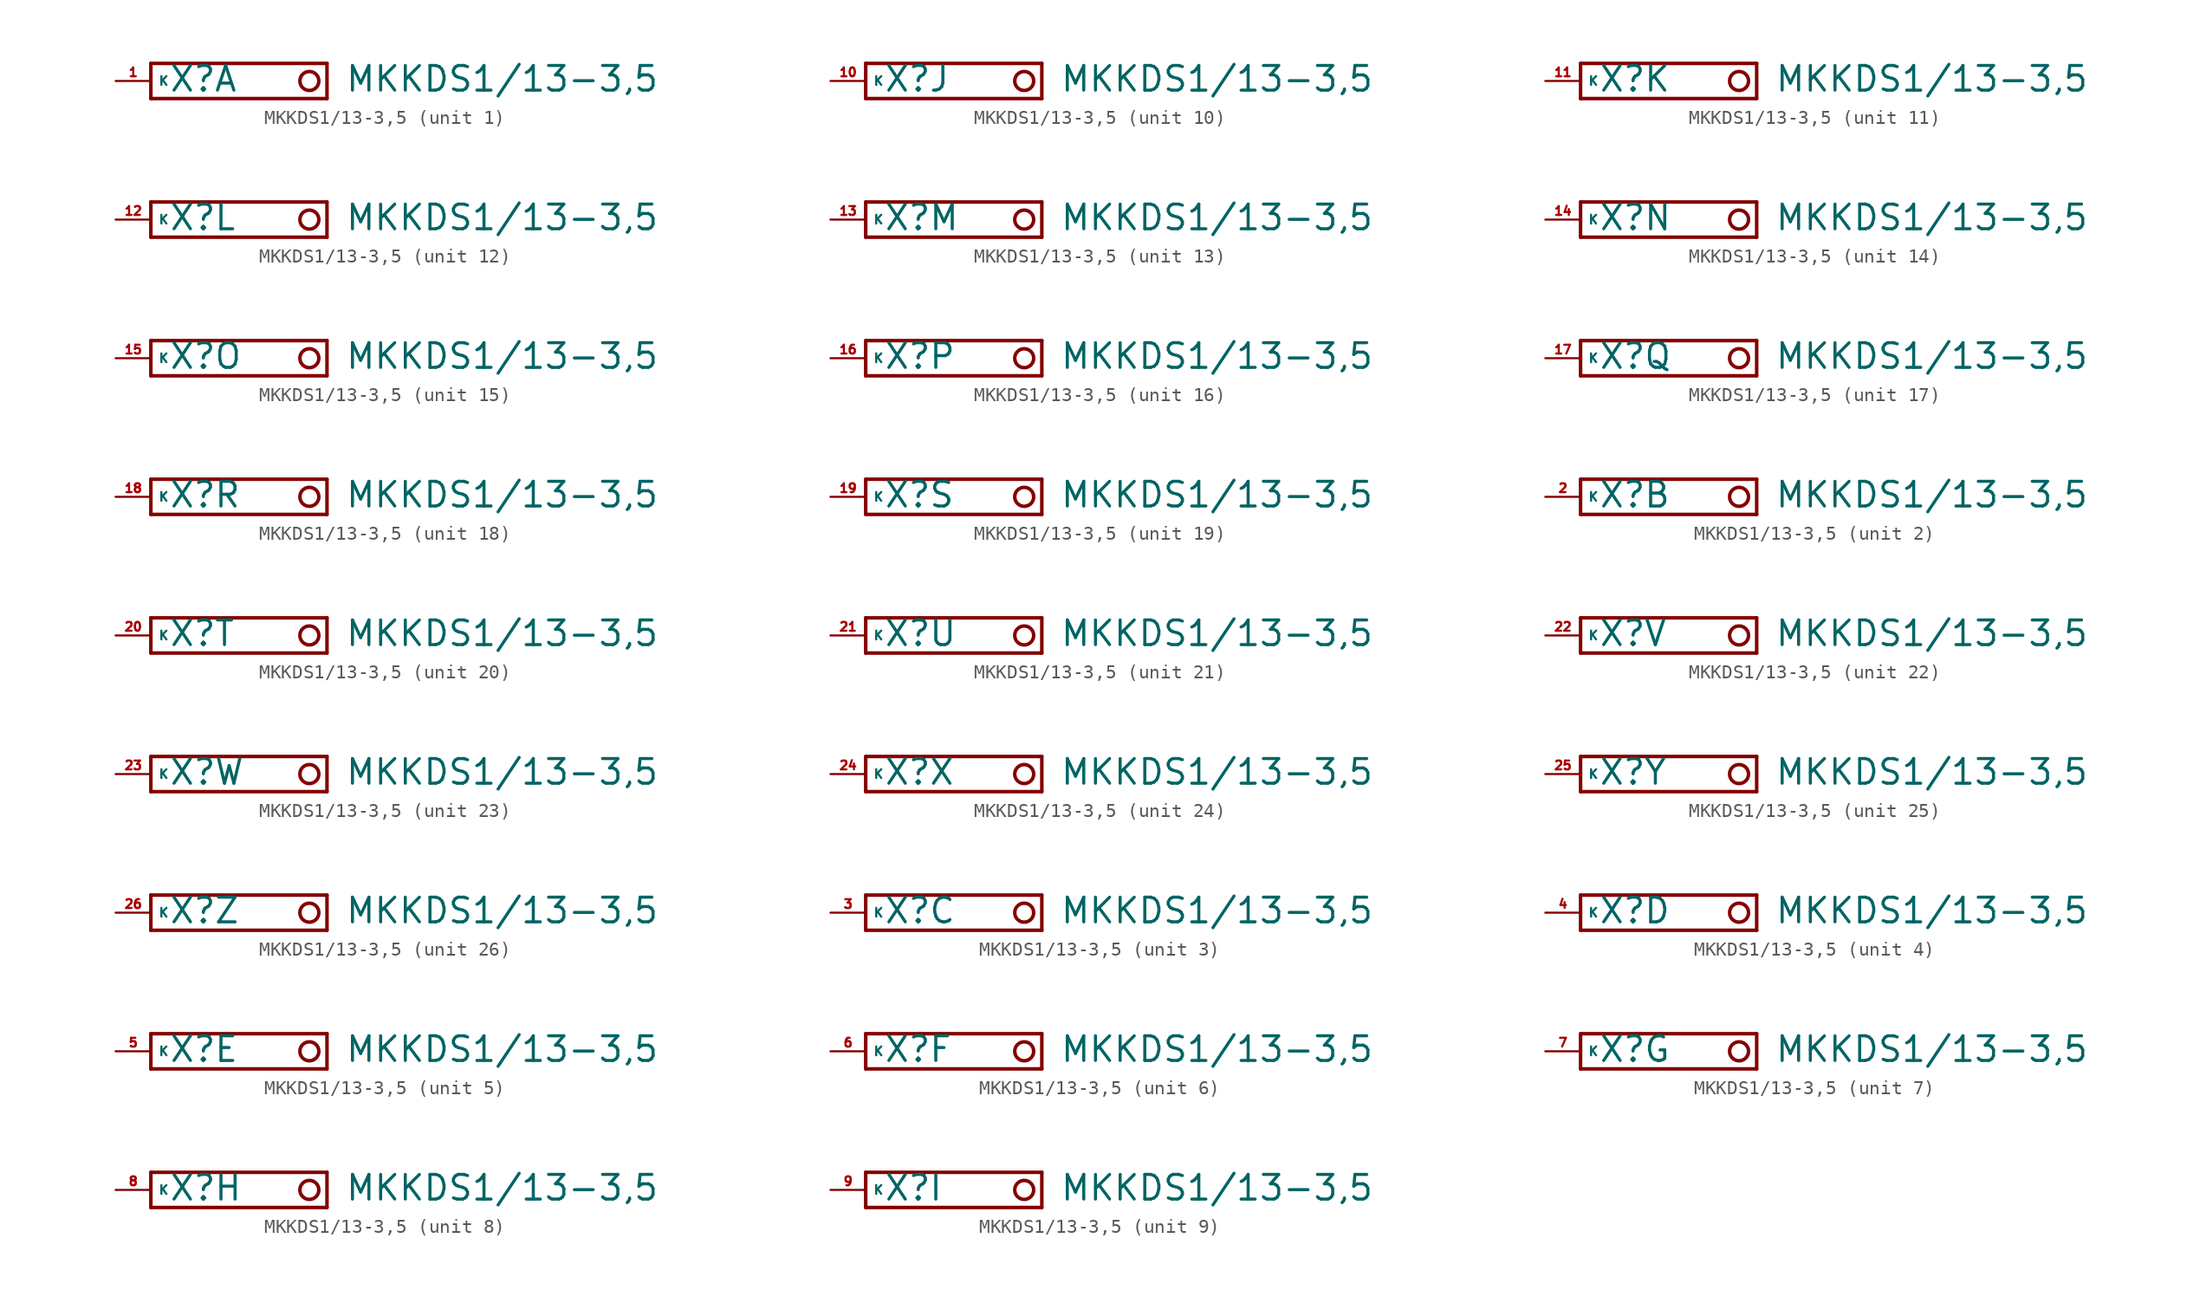
<source format=kicad_sym>
(kicad_symbol_lib
  (version 20220914)
  (generator Eagle2Kicad)
  (symbol "MKKDS1/13-3,5"
    (property "Reference" "X"
      (at 1.27 -0.889 0)
      (effects (font (size 1.778 1.778) (thickness 0.22)) (justify left bottom)))
    (property "Value" "MKKDS1/13-3,5"
      (at 13.97 -0.889 0)
      (effects (font (size 1.778 1.778) (thickness 0.22)) (justify left bottom)))
    (symbol "MKKDS1/13-3,5_1_0"
      (polyline (pts (xy 0 -1.27) (xy 0 1.27)) (stroke (width 0.254) (type default)) (fill (type none)))
      (polyline (pts (xy 12.7 -1.27) (xy 0 -1.27)) (stroke (width 0.254) (type default)) (fill (type none)))
      (polyline (pts (xy 12.7 -1.27) (xy 12.7 1.27)) (stroke (width 0.254) (type default)) (fill (type none)))
      (polyline (pts (xy 0 1.27) (xy 12.7 1.27)) (stroke (width 0.254) (type default)) (fill (type none)))
      (circle (center 11.43 0) (radius 0.684) (stroke (width 0.254) (type default)) (fill (type none)))
      (pin passive line (at -2.54 0 0) (length 2.54) (name "K" (effects (font (size 0.635 0.635) (thickness 0.08)) (justify left bottom))) (number "1" (effects (font (size 0.635 0.635) (thickness 0.08)) (justify left bottom)))))
    (symbol "MKKDS1/13-3,5_2_0"
      (polyline (pts (xy 0 -1.27) (xy 0 1.27)) (stroke (width 0.254) (type default)) (fill (type none)))
      (polyline (pts (xy 12.7 -1.27) (xy 0 -1.27)) (stroke (width 0.254) (type default)) (fill (type none)))
      (polyline (pts (xy 12.7 -1.27) (xy 12.7 1.27)) (stroke (width 0.254) (type default)) (fill (type none)))
      (polyline (pts (xy 0 1.27) (xy 12.7 1.27)) (stroke (width 0.254) (type default)) (fill (type none)))
      (circle (center 11.43 0) (radius 0.684) (stroke (width 0.254) (type default)) (fill (type none)))
      (pin passive line (at -2.54 0 0) (length 2.54) (name "K" (effects (font (size 0.635 0.635) (thickness 0.08)) (justify left bottom))) (number "2" (effects (font (size 0.635 0.635) (thickness 0.08)) (justify left bottom)))))
    (symbol "MKKDS1/13-3,5_3_0"
      (polyline (pts (xy 0 -1.27) (xy 0 1.27)) (stroke (width 0.254) (type default)) (fill (type none)))
      (polyline (pts (xy 12.7 -1.27) (xy 0 -1.27)) (stroke (width 0.254) (type default)) (fill (type none)))
      (polyline (pts (xy 12.7 -1.27) (xy 12.7 1.27)) (stroke (width 0.254) (type default)) (fill (type none)))
      (polyline (pts (xy 0 1.27) (xy 12.7 1.27)) (stroke (width 0.254) (type default)) (fill (type none)))
      (circle (center 11.43 0) (radius 0.684) (stroke (width 0.254) (type default)) (fill (type none)))
      (pin passive line (at -2.54 0 0) (length 2.54) (name "K" (effects (font (size 0.635 0.635) (thickness 0.08)) (justify left bottom))) (number "3" (effects (font (size 0.635 0.635) (thickness 0.08)) (justify left bottom)))))
    (symbol "MKKDS1/13-3,5_4_0"
      (polyline (pts (xy 0 -1.27) (xy 0 1.27)) (stroke (width 0.254) (type default)) (fill (type none)))
      (polyline (pts (xy 12.7 -1.27) (xy 0 -1.27)) (stroke (width 0.254) (type default)) (fill (type none)))
      (polyline (pts (xy 12.7 -1.27) (xy 12.7 1.27)) (stroke (width 0.254) (type default)) (fill (type none)))
      (polyline (pts (xy 0 1.27) (xy 12.7 1.27)) (stroke (width 0.254) (type default)) (fill (type none)))
      (circle (center 11.43 0) (radius 0.684) (stroke (width 0.254) (type default)) (fill (type none)))
      (pin passive line (at -2.54 0 0) (length 2.54) (name "K" (effects (font (size 0.635 0.635) (thickness 0.08)) (justify left bottom))) (number "4" (effects (font (size 0.635 0.635) (thickness 0.08)) (justify left bottom)))))
    (symbol "MKKDS1/13-3,5_5_0"
      (polyline (pts (xy 0 -1.27) (xy 0 1.27)) (stroke (width 0.254) (type default)) (fill (type none)))
      (polyline (pts (xy 12.7 -1.27) (xy 0 -1.27)) (stroke (width 0.254) (type default)) (fill (type none)))
      (polyline (pts (xy 12.7 -1.27) (xy 12.7 1.27)) (stroke (width 0.254) (type default)) (fill (type none)))
      (polyline (pts (xy 0 1.27) (xy 12.7 1.27)) (stroke (width 0.254) (type default)) (fill (type none)))
      (circle (center 11.43 0) (radius 0.684) (stroke (width 0.254) (type default)) (fill (type none)))
      (pin passive line (at -2.54 0 0) (length 2.54) (name "K" (effects (font (size 0.635 0.635) (thickness 0.08)) (justify left bottom))) (number "5" (effects (font (size 0.635 0.635) (thickness 0.08)) (justify left bottom)))))
    (symbol "MKKDS1/13-3,5_6_0"
      (polyline (pts (xy 0 -1.27) (xy 0 1.27)) (stroke (width 0.254) (type default)) (fill (type none)))
      (polyline (pts (xy 12.7 -1.27) (xy 0 -1.27)) (stroke (width 0.254) (type default)) (fill (type none)))
      (polyline (pts (xy 12.7 -1.27) (xy 12.7 1.27)) (stroke (width 0.254) (type default)) (fill (type none)))
      (polyline (pts (xy 0 1.27) (xy 12.7 1.27)) (stroke (width 0.254) (type default)) (fill (type none)))
      (circle (center 11.43 0) (radius 0.684) (stroke (width 0.254) (type default)) (fill (type none)))
      (pin passive line (at -2.54 0 0) (length 2.54) (name "K" (effects (font (size 0.635 0.635) (thickness 0.08)) (justify left bottom))) (number "6" (effects (font (size 0.635 0.635) (thickness 0.08)) (justify left bottom)))))
    (symbol "MKKDS1/13-3,5_7_0"
      (polyline (pts (xy 0 -1.27) (xy 0 1.27)) (stroke (width 0.254) (type default)) (fill (type none)))
      (polyline (pts (xy 12.7 -1.27) (xy 0 -1.27)) (stroke (width 0.254) (type default)) (fill (type none)))
      (polyline (pts (xy 12.7 -1.27) (xy 12.7 1.27)) (stroke (width 0.254) (type default)) (fill (type none)))
      (polyline (pts (xy 0 1.27) (xy 12.7 1.27)) (stroke (width 0.254) (type default)) (fill (type none)))
      (circle (center 11.43 0) (radius 0.684) (stroke (width 0.254) (type default)) (fill (type none)))
      (pin passive line (at -2.54 0 0) (length 2.54) (name "K" (effects (font (size 0.635 0.635) (thickness 0.08)) (justify left bottom))) (number "7" (effects (font (size 0.635 0.635) (thickness 0.08)) (justify left bottom)))))
    (symbol "MKKDS1/13-3,5_8_0"
      (polyline (pts (xy 0 -1.27) (xy 0 1.27)) (stroke (width 0.254) (type default)) (fill (type none)))
      (polyline (pts (xy 12.7 -1.27) (xy 0 -1.27)) (stroke (width 0.254) (type default)) (fill (type none)))
      (polyline (pts (xy 12.7 -1.27) (xy 12.7 1.27)) (stroke (width 0.254) (type default)) (fill (type none)))
      (polyline (pts (xy 0 1.27) (xy 12.7 1.27)) (stroke (width 0.254) (type default)) (fill (type none)))
      (circle (center 11.43 0) (radius 0.684) (stroke (width 0.254) (type default)) (fill (type none)))
      (pin passive line (at -2.54 0 0) (length 2.54) (name "K" (effects (font (size 0.635 0.635) (thickness 0.08)) (justify left bottom))) (number "8" (effects (font (size 0.635 0.635) (thickness 0.08)) (justify left bottom)))))
    (symbol "MKKDS1/13-3,5_9_0"
      (polyline (pts (xy 0 -1.27) (xy 0 1.27)) (stroke (width 0.254) (type default)) (fill (type none)))
      (polyline (pts (xy 12.7 -1.27) (xy 0 -1.27)) (stroke (width 0.254) (type default)) (fill (type none)))
      (polyline (pts (xy 12.7 -1.27) (xy 12.7 1.27)) (stroke (width 0.254) (type default)) (fill (type none)))
      (polyline (pts (xy 0 1.27) (xy 12.7 1.27)) (stroke (width 0.254) (type default)) (fill (type none)))
      (circle (center 11.43 0) (radius 0.684) (stroke (width 0.254) (type default)) (fill (type none)))
      (pin passive line (at -2.54 0 0) (length 2.54) (name "K" (effects (font (size 0.635 0.635) (thickness 0.08)) (justify left bottom))) (number "9" (effects (font (size 0.635 0.635) (thickness 0.08)) (justify left bottom)))))
    (symbol "MKKDS1/13-3,5_10_0"
      (polyline (pts (xy 0 -1.27) (xy 0 1.27)) (stroke (width 0.254) (type default)) (fill (type none)))
      (polyline (pts (xy 12.7 -1.27) (xy 0 -1.27)) (stroke (width 0.254) (type default)) (fill (type none)))
      (polyline (pts (xy 12.7 -1.27) (xy 12.7 1.27)) (stroke (width 0.254) (type default)) (fill (type none)))
      (polyline (pts (xy 0 1.27) (xy 12.7 1.27)) (stroke (width 0.254) (type default)) (fill (type none)))
      (circle (center 11.43 0) (radius 0.684) (stroke (width 0.254) (type default)) (fill (type none)))
      (pin passive line (at -2.54 0 0) (length 2.54) (name "K" (effects (font (size 0.635 0.635) (thickness 0.08)) (justify left bottom))) (number "10" (effects (font (size 0.635 0.635) (thickness 0.08)) (justify left bottom)))))
    (symbol "MKKDS1/13-3,5_11_0"
      (polyline (pts (xy 0 -1.27) (xy 0 1.27)) (stroke (width 0.254) (type default)) (fill (type none)))
      (polyline (pts (xy 12.7 -1.27) (xy 0 -1.27)) (stroke (width 0.254) (type default)) (fill (type none)))
      (polyline (pts (xy 12.7 -1.27) (xy 12.7 1.27)) (stroke (width 0.254) (type default)) (fill (type none)))
      (polyline (pts (xy 0 1.27) (xy 12.7 1.27)) (stroke (width 0.254) (type default)) (fill (type none)))
      (circle (center 11.43 0) (radius 0.684) (stroke (width 0.254) (type default)) (fill (type none)))
      (pin passive line (at -2.54 0 0) (length 2.54) (name "K" (effects (font (size 0.635 0.635) (thickness 0.08)) (justify left bottom))) (number "11" (effects (font (size 0.635 0.635) (thickness 0.08)) (justify left bottom)))))
    (symbol "MKKDS1/13-3,5_12_0"
      (polyline (pts (xy 0 -1.27) (xy 0 1.27)) (stroke (width 0.254) (type default)) (fill (type none)))
      (polyline (pts (xy 12.7 -1.27) (xy 0 -1.27)) (stroke (width 0.254) (type default)) (fill (type none)))
      (polyline (pts (xy 12.7 -1.27) (xy 12.7 1.27)) (stroke (width 0.254) (type default)) (fill (type none)))
      (polyline (pts (xy 0 1.27) (xy 12.7 1.27)) (stroke (width 0.254) (type default)) (fill (type none)))
      (circle (center 11.43 0) (radius 0.684) (stroke (width 0.254) (type default)) (fill (type none)))
      (pin passive line (at -2.54 0 0) (length 2.54) (name "K" (effects (font (size 0.635 0.635) (thickness 0.08)) (justify left bottom))) (number "12" (effects (font (size 0.635 0.635) (thickness 0.08)) (justify left bottom)))))
    (symbol "MKKDS1/13-3,5_13_0"
      (polyline (pts (xy 0 -1.27) (xy 0 1.27)) (stroke (width 0.254) (type default)) (fill (type none)))
      (polyline (pts (xy 12.7 -1.27) (xy 0 -1.27)) (stroke (width 0.254) (type default)) (fill (type none)))
      (polyline (pts (xy 12.7 -1.27) (xy 12.7 1.27)) (stroke (width 0.254) (type default)) (fill (type none)))
      (polyline (pts (xy 0 1.27) (xy 12.7 1.27)) (stroke (width 0.254) (type default)) (fill (type none)))
      (circle (center 11.43 0) (radius 0.684) (stroke (width 0.254) (type default)) (fill (type none)))
      (pin passive line (at -2.54 0 0) (length 2.54) (name "K" (effects (font (size 0.635 0.635) (thickness 0.08)) (justify left bottom))) (number "13" (effects (font (size 0.635 0.635) (thickness 0.08)) (justify left bottom)))))
    (symbol "MKKDS1/13-3,5_14_0"
      (polyline (pts (xy 0 -1.27) (xy 0 1.27)) (stroke (width 0.254) (type default)) (fill (type none)))
      (polyline (pts (xy 12.7 -1.27) (xy 0 -1.27)) (stroke (width 0.254) (type default)) (fill (type none)))
      (polyline (pts (xy 12.7 -1.27) (xy 12.7 1.27)) (stroke (width 0.254) (type default)) (fill (type none)))
      (polyline (pts (xy 0 1.27) (xy 12.7 1.27)) (stroke (width 0.254) (type default)) (fill (type none)))
      (circle (center 11.43 0) (radius 0.684) (stroke (width 0.254) (type default)) (fill (type none)))
      (pin passive line (at -2.54 0 0) (length 2.54) (name "K" (effects (font (size 0.635 0.635) (thickness 0.08)) (justify left bottom))) (number "14" (effects (font (size 0.635 0.635) (thickness 0.08)) (justify left bottom)))))
    (symbol "MKKDS1/13-3,5_15_0"
      (polyline (pts (xy 0 -1.27) (xy 0 1.27)) (stroke (width 0.254) (type default)) (fill (type none)))
      (polyline (pts (xy 12.7 -1.27) (xy 0 -1.27)) (stroke (width 0.254) (type default)) (fill (type none)))
      (polyline (pts (xy 12.7 -1.27) (xy 12.7 1.27)) (stroke (width 0.254) (type default)) (fill (type none)))
      (polyline (pts (xy 0 1.27) (xy 12.7 1.27)) (stroke (width 0.254) (type default)) (fill (type none)))
      (circle (center 11.43 0) (radius 0.684) (stroke (width 0.254) (type default)) (fill (type none)))
      (pin passive line (at -2.54 0 0) (length 2.54) (name "K" (effects (font (size 0.635 0.635) (thickness 0.08)) (justify left bottom))) (number "15" (effects (font (size 0.635 0.635) (thickness 0.08)) (justify left bottom)))))
    (symbol "MKKDS1/13-3,5_16_0"
      (polyline (pts (xy 0 -1.27) (xy 0 1.27)) (stroke (width 0.254) (type default)) (fill (type none)))
      (polyline (pts (xy 12.7 -1.27) (xy 0 -1.27)) (stroke (width 0.254) (type default)) (fill (type none)))
      (polyline (pts (xy 12.7 -1.27) (xy 12.7 1.27)) (stroke (width 0.254) (type default)) (fill (type none)))
      (polyline (pts (xy 0 1.27) (xy 12.7 1.27)) (stroke (width 0.254) (type default)) (fill (type none)))
      (circle (center 11.43 0) (radius 0.684) (stroke (width 0.254) (type default)) (fill (type none)))
      (pin passive line (at -2.54 0 0) (length 2.54) (name "K" (effects (font (size 0.635 0.635) (thickness 0.08)) (justify left bottom))) (number "16" (effects (font (size 0.635 0.635) (thickness 0.08)) (justify left bottom)))))
    (symbol "MKKDS1/13-3,5_17_0"
      (polyline (pts (xy 0 -1.27) (xy 0 1.27)) (stroke (width 0.254) (type default)) (fill (type none)))
      (polyline (pts (xy 12.7 -1.27) (xy 0 -1.27)) (stroke (width 0.254) (type default)) (fill (type none)))
      (polyline (pts (xy 12.7 -1.27) (xy 12.7 1.27)) (stroke (width 0.254) (type default)) (fill (type none)))
      (polyline (pts (xy 0 1.27) (xy 12.7 1.27)) (stroke (width 0.254) (type default)) (fill (type none)))
      (circle (center 11.43 0) (radius 0.684) (stroke (width 0.254) (type default)) (fill (type none)))
      (pin passive line (at -2.54 0 0) (length 2.54) (name "K" (effects (font (size 0.635 0.635) (thickness 0.08)) (justify left bottom))) (number "17" (effects (font (size 0.635 0.635) (thickness 0.08)) (justify left bottom)))))
    (symbol "MKKDS1/13-3,5_18_0"
      (polyline (pts (xy 0 -1.27) (xy 0 1.27)) (stroke (width 0.254) (type default)) (fill (type none)))
      (polyline (pts (xy 12.7 -1.27) (xy 0 -1.27)) (stroke (width 0.254) (type default)) (fill (type none)))
      (polyline (pts (xy 12.7 -1.27) (xy 12.7 1.27)) (stroke (width 0.254) (type default)) (fill (type none)))
      (polyline (pts (xy 0 1.27) (xy 12.7 1.27)) (stroke (width 0.254) (type default)) (fill (type none)))
      (circle (center 11.43 0) (radius 0.684) (stroke (width 0.254) (type default)) (fill (type none)))
      (pin passive line (at -2.54 0 0) (length 2.54) (name "K" (effects (font (size 0.635 0.635) (thickness 0.08)) (justify left bottom))) (number "18" (effects (font (size 0.635 0.635) (thickness 0.08)) (justify left bottom)))))
    (symbol "MKKDS1/13-3,5_19_0"
      (polyline (pts (xy 0 -1.27) (xy 0 1.27)) (stroke (width 0.254) (type default)) (fill (type none)))
      (polyline (pts (xy 12.7 -1.27) (xy 0 -1.27)) (stroke (width 0.254) (type default)) (fill (type none)))
      (polyline (pts (xy 12.7 -1.27) (xy 12.7 1.27)) (stroke (width 0.254) (type default)) (fill (type none)))
      (polyline (pts (xy 0 1.27) (xy 12.7 1.27)) (stroke (width 0.254) (type default)) (fill (type none)))
      (circle (center 11.43 0) (radius 0.684) (stroke (width 0.254) (type default)) (fill (type none)))
      (pin passive line (at -2.54 0 0) (length 2.54) (name "K" (effects (font (size 0.635 0.635) (thickness 0.08)) (justify left bottom))) (number "19" (effects (font (size 0.635 0.635) (thickness 0.08)) (justify left bottom)))))
    (symbol "MKKDS1/13-3,5_20_0"
      (polyline (pts (xy 0 -1.27) (xy 0 1.27)) (stroke (width 0.254) (type default)) (fill (type none)))
      (polyline (pts (xy 12.7 -1.27) (xy 0 -1.27)) (stroke (width 0.254) (type default)) (fill (type none)))
      (polyline (pts (xy 12.7 -1.27) (xy 12.7 1.27)) (stroke (width 0.254) (type default)) (fill (type none)))
      (polyline (pts (xy 0 1.27) (xy 12.7 1.27)) (stroke (width 0.254) (type default)) (fill (type none)))
      (circle (center 11.43 0) (radius 0.684) (stroke (width 0.254) (type default)) (fill (type none)))
      (pin passive line (at -2.54 0 0) (length 2.54) (name "K" (effects (font (size 0.635 0.635) (thickness 0.08)) (justify left bottom))) (number "20" (effects (font (size 0.635 0.635) (thickness 0.08)) (justify left bottom)))))
    (symbol "MKKDS1/13-3,5_21_0"
      (polyline (pts (xy 0 -1.27) (xy 0 1.27)) (stroke (width 0.254) (type default)) (fill (type none)))
      (polyline (pts (xy 12.7 -1.27) (xy 0 -1.27)) (stroke (width 0.254) (type default)) (fill (type none)))
      (polyline (pts (xy 12.7 -1.27) (xy 12.7 1.27)) (stroke (width 0.254) (type default)) (fill (type none)))
      (polyline (pts (xy 0 1.27) (xy 12.7 1.27)) (stroke (width 0.254) (type default)) (fill (type none)))
      (circle (center 11.43 0) (radius 0.684) (stroke (width 0.254) (type default)) (fill (type none)))
      (pin passive line (at -2.54 0 0) (length 2.54) (name "K" (effects (font (size 0.635 0.635) (thickness 0.08)) (justify left bottom))) (number "21" (effects (font (size 0.635 0.635) (thickness 0.08)) (justify left bottom)))))
    (symbol "MKKDS1/13-3,5_22_0"
      (polyline (pts (xy 0 -1.27) (xy 0 1.27)) (stroke (width 0.254) (type default)) (fill (type none)))
      (polyline (pts (xy 12.7 -1.27) (xy 0 -1.27)) (stroke (width 0.254) (type default)) (fill (type none)))
      (polyline (pts (xy 12.7 -1.27) (xy 12.7 1.27)) (stroke (width 0.254) (type default)) (fill (type none)))
      (polyline (pts (xy 0 1.27) (xy 12.7 1.27)) (stroke (width 0.254) (type default)) (fill (type none)))
      (circle (center 11.43 0) (radius 0.684) (stroke (width 0.254) (type default)) (fill (type none)))
      (pin passive line (at -2.54 0 0) (length 2.54) (name "K" (effects (font (size 0.635 0.635) (thickness 0.08)) (justify left bottom))) (number "22" (effects (font (size 0.635 0.635) (thickness 0.08)) (justify left bottom)))))
    (symbol "MKKDS1/13-3,5_23_0"
      (polyline (pts (xy 0 -1.27) (xy 0 1.27)) (stroke (width 0.254) (type default)) (fill (type none)))
      (polyline (pts (xy 12.7 -1.27) (xy 0 -1.27)) (stroke (width 0.254) (type default)) (fill (type none)))
      (polyline (pts (xy 12.7 -1.27) (xy 12.7 1.27)) (stroke (width 0.254) (type default)) (fill (type none)))
      (polyline (pts (xy 0 1.27) (xy 12.7 1.27)) (stroke (width 0.254) (type default)) (fill (type none)))
      (circle (center 11.43 0) (radius 0.684) (stroke (width 0.254) (type default)) (fill (type none)))
      (pin passive line (at -2.54 0 0) (length 2.54) (name "K" (effects (font (size 0.635 0.635) (thickness 0.08)) (justify left bottom))) (number "23" (effects (font (size 0.635 0.635) (thickness 0.08)) (justify left bottom)))))
    (symbol "MKKDS1/13-3,5_24_0"
      (polyline (pts (xy 0 -1.27) (xy 0 1.27)) (stroke (width 0.254) (type default)) (fill (type none)))
      (polyline (pts (xy 12.7 -1.27) (xy 0 -1.27)) (stroke (width 0.254) (type default)) (fill (type none)))
      (polyline (pts (xy 12.7 -1.27) (xy 12.7 1.27)) (stroke (width 0.254) (type default)) (fill (type none)))
      (polyline (pts (xy 0 1.27) (xy 12.7 1.27)) (stroke (width 0.254) (type default)) (fill (type none)))
      (circle (center 11.43 0) (radius 0.684) (stroke (width 0.254) (type default)) (fill (type none)))
      (pin passive line (at -2.54 0 0) (length 2.54) (name "K" (effects (font (size 0.635 0.635) (thickness 0.08)) (justify left bottom))) (number "24" (effects (font (size 0.635 0.635) (thickness 0.08)) (justify left bottom)))))
    (symbol "MKKDS1/13-3,5_25_0"
      (polyline (pts (xy 0 -1.27) (xy 0 1.27)) (stroke (width 0.254) (type default)) (fill (type none)))
      (polyline (pts (xy 12.7 -1.27) (xy 0 -1.27)) (stroke (width 0.254) (type default)) (fill (type none)))
      (polyline (pts (xy 12.7 -1.27) (xy 12.7 1.27)) (stroke (width 0.254) (type default)) (fill (type none)))
      (polyline (pts (xy 0 1.27) (xy 12.7 1.27)) (stroke (width 0.254) (type default)) (fill (type none)))
      (circle (center 11.43 0) (radius 0.684) (stroke (width 0.254) (type default)) (fill (type none)))
      (pin passive line (at -2.54 0 0) (length 2.54) (name "K" (effects (font (size 0.635 0.635) (thickness 0.08)) (justify left bottom))) (number "25" (effects (font (size 0.635 0.635) (thickness 0.08)) (justify left bottom)))))
    (symbol "MKKDS1/13-3,5_26_0"
      (polyline (pts (xy 0 -1.27) (xy 0 1.27)) (stroke (width 0.254) (type default)) (fill (type none)))
      (polyline (pts (xy 12.7 -1.27) (xy 0 -1.27)) (stroke (width 0.254) (type default)) (fill (type none)))
      (polyline (pts (xy 12.7 -1.27) (xy 12.7 1.27)) (stroke (width 0.254) (type default)) (fill (type none)))
      (polyline (pts (xy 0 1.27) (xy 12.7 1.27)) (stroke (width 0.254) (type default)) (fill (type none)))
      (circle (center 11.43 0) (radius 0.684) (stroke (width 0.254) (type default)) (fill (type none)))
      (pin passive line (at -2.54 0 0) (length 2.54) (name "K" (effects (font (size 0.635 0.635) (thickness 0.08)) (justify left bottom))) (number "26" (effects (font (size 0.635 0.635) (thickness 0.08)) (justify left bottom)))))))
</source>
